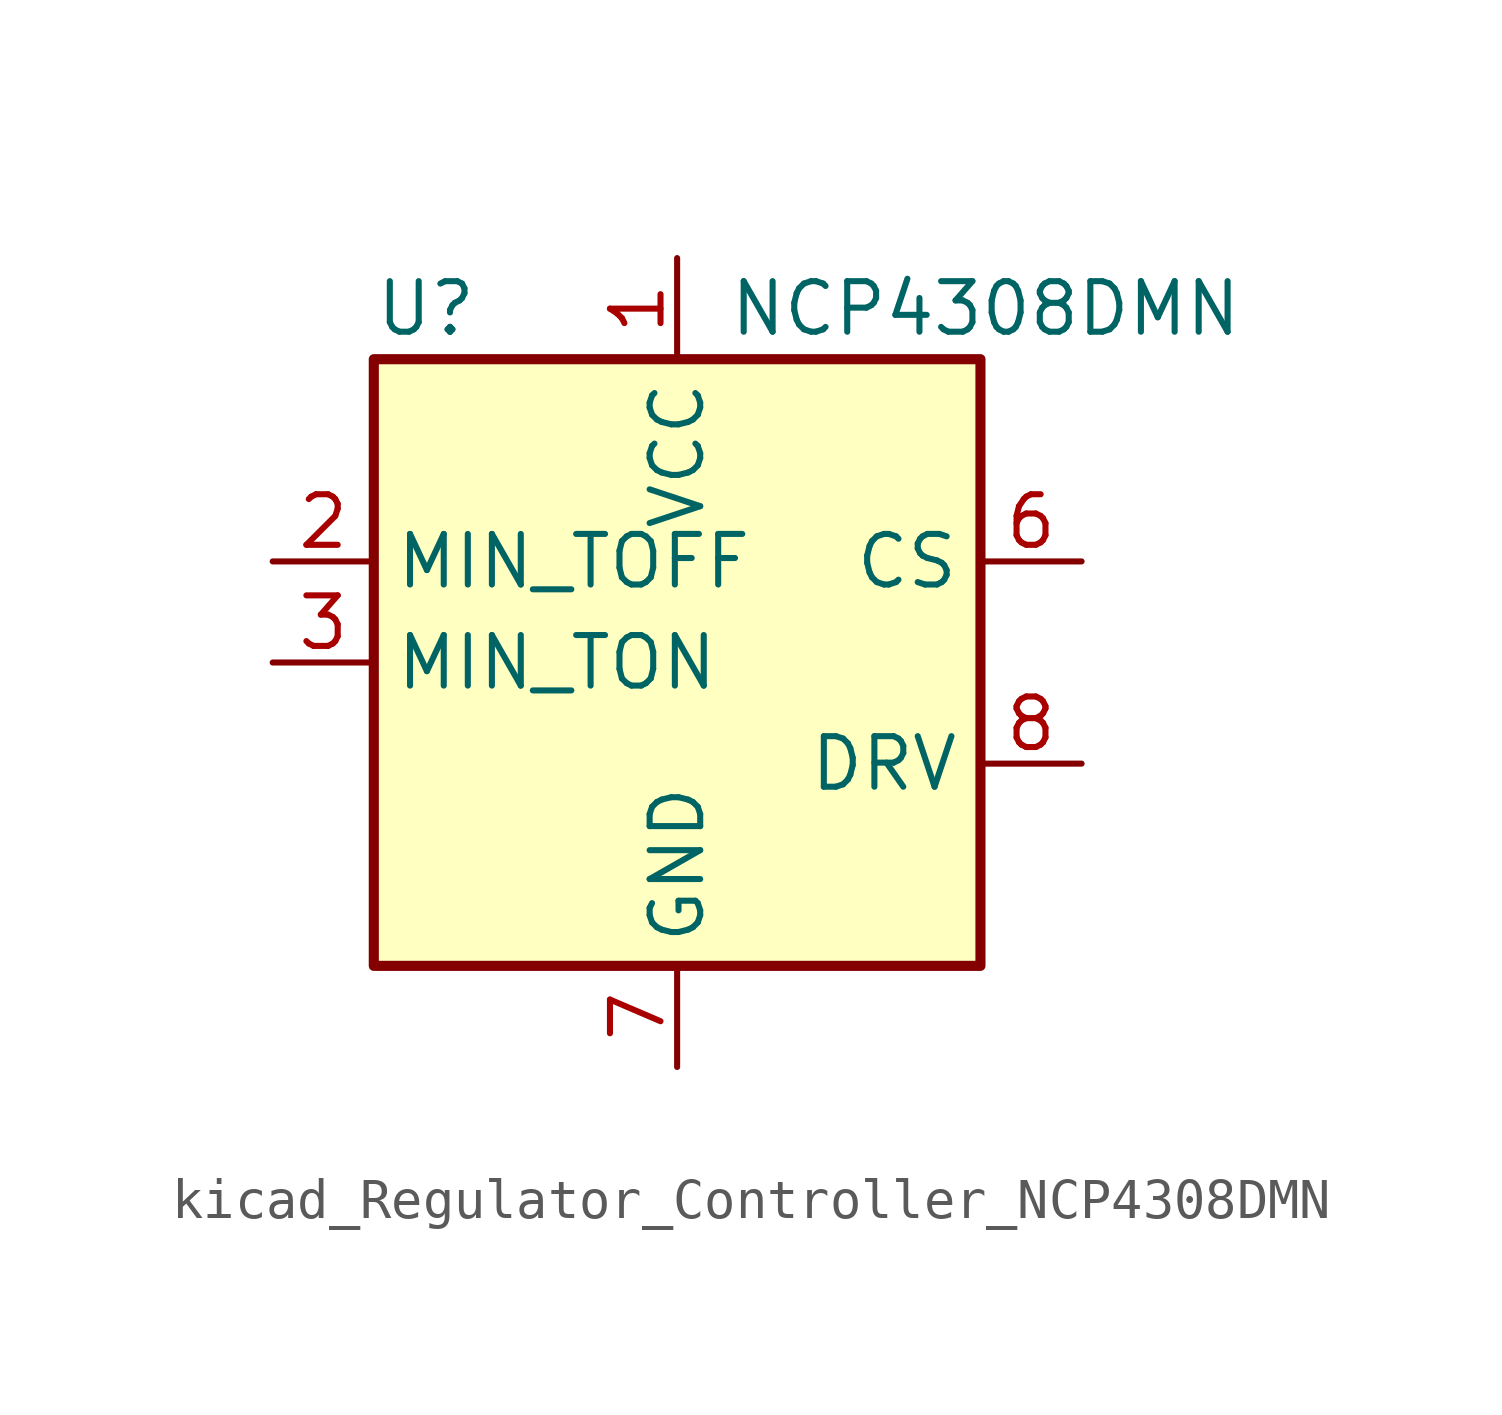
<source format=kicad_sym>
(kicad_symbol_lib
  (version 20220914)
  (generator kicad_symbol_editor)
  (symbol "kicad_Regulator_Controller_NCP4308DMN"
    (property "Reference" "U"
      (at -7.62 8.89 0)
      (effects (font (size 1.27 1.27)) (justify left)))
    (property "Value" "NCP4308DMN"
      (at 1.27 8.89 0)
      (effects (font (size 1.27 1.27)) (justify left)))
    (symbol "kicad_Regulator_Controller_NCP4308DMN_0_1"
      (rectangle (start -7.62 7.62) (end 7.62 -7.62) (stroke (width 0.254) (type default)) (fill (type background))))
    (symbol "kicad_Regulator_Controller_NCP4308DMN_1_1"
      (pin power_in line (at 0 10.16 270) (length 2.54) (name "VCC" (effects (font (size 1.27 1.27)))) (number "1" (effects (font (size 1.27 1.27)))))
      (pin passive line (at -10.16 2.54 0) (length 2.54) (name "MIN_TOFF" (effects (font (size 1.27 1.27)))) (number "2" (effects (font (size 1.27 1.27)))))
      (pin passive line (at -10.16 0 0) (length 2.54) (name "MIN_TON" (effects (font (size 1.27 1.27)))) (number "3" (effects (font (size 1.27 1.27)))))
      (pin no_connect line (at 7.62 -5.08 180) (length 2.54) hide (name "NC" (effects (font (size 1.27 1.27)))) (number "4" (effects (font (size 1.27 1.27)))))
      (pin no_connect line (at 7.62 -7.62 180) (length 2.54) hide (name "NC" (effects (font (size 1.27 1.27)))) (number "5" (effects (font (size 1.27 1.27)))))
      (pin input line (at 10.16 2.54 180) (length 2.54) (name "CS" (effects (font (size 1.27 1.27)))) (number "6" (effects (font (size 1.27 1.27)))))
      (pin power_in line (at 0 -10.16 90) (length 2.54) (name "GND" (effects (font (size 1.27 1.27)))) (number "7" (effects (font (size 1.27 1.27)))))
      (pin output line (at 10.16 -2.54 180) (length 2.54) (name "DRV" (effects (font (size 1.27 1.27)))) (number "8" (effects (font (size 1.27 1.27))))))))
</source>
